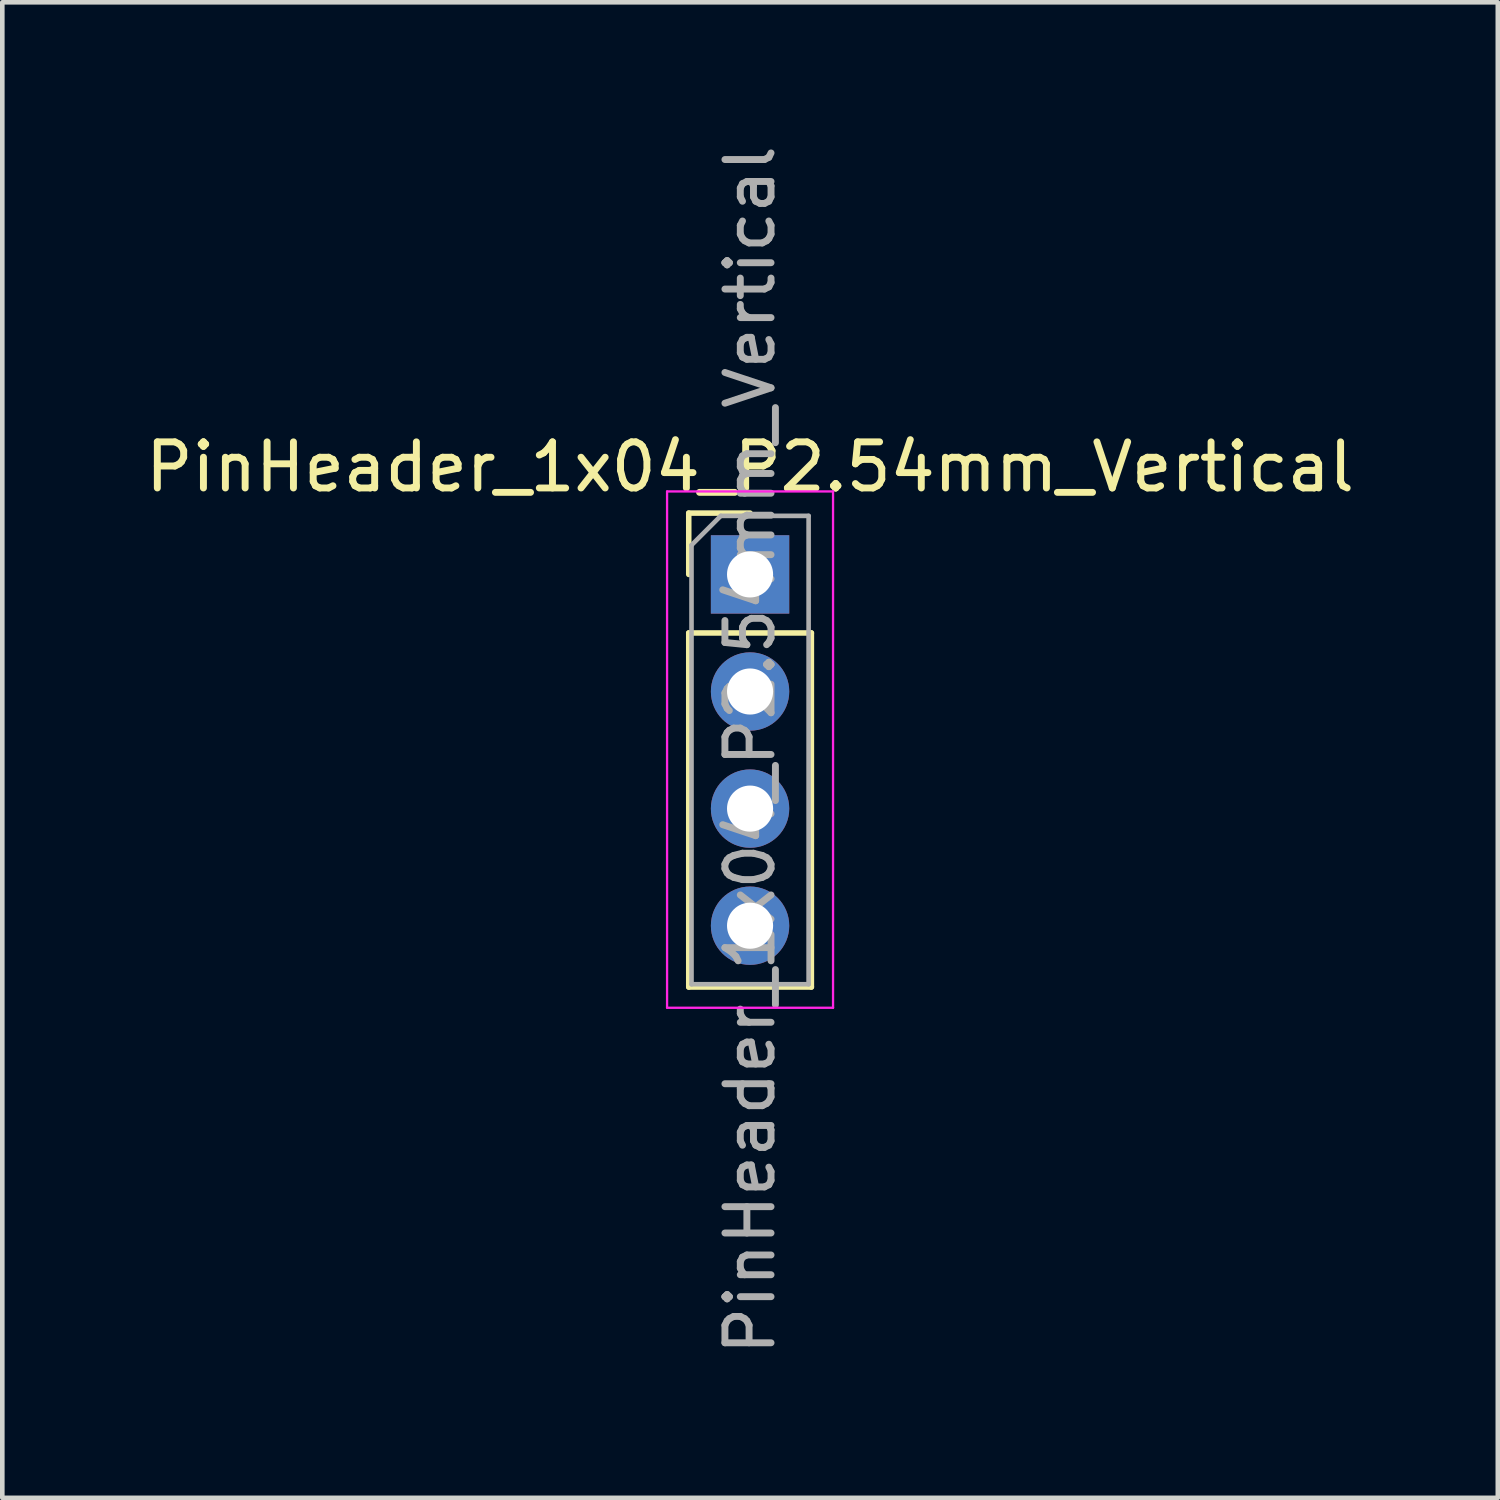
<source format=kicad_pcb>
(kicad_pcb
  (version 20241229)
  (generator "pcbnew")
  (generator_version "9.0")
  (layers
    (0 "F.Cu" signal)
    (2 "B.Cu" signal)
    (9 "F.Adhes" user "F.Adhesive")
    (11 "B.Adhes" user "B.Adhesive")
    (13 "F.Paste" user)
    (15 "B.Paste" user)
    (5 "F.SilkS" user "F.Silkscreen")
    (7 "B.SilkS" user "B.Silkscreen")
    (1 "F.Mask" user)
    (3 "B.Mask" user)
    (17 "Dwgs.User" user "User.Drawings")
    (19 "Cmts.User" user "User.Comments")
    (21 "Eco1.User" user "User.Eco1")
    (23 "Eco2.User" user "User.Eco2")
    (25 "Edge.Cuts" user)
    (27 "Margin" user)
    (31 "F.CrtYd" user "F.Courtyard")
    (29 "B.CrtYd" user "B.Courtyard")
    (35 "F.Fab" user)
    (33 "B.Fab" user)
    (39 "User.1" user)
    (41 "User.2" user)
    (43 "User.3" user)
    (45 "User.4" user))
  (footprint "PinHeader_1x04_P2.54mm_Vertical"
    (layer "F.Cu")
    (at 13.22 9.41)
    (property "Reference" "PinHeader_1x04_P2.54mm_Vertical" (at 0 -2.33 0) (layer "F.SilkS") (effects (font (size 1 1) (thickness 0.15))))
    (attr through_hole)
    (fp_line (start -1.33 -1.33) (end 0 -1.33) (stroke (width 0.12) (type solid)) (layer "F.SilkS"))
    (fp_line (start -1.33 0) (end -1.33 -1.33) (stroke (width 0.12) (type solid)) (layer "F.SilkS"))
    (fp_line (start -1.33 1.27) (end -1.33 8.95) (stroke (width 0.12) (type solid)) (layer "F.SilkS"))
    (fp_line (start -1.33 1.27) (end 1.33 1.27) (stroke (width 0.12) (type solid)) (layer "F.SilkS"))
    (fp_line (start -1.33 8.95) (end 1.33 8.95) (stroke (width 0.12) (type solid)) (layer "F.SilkS"))
    (fp_line (start 1.33 1.27) (end 1.33 8.95) (stroke (width 0.12) (type solid)) (layer "F.SilkS"))
    (fp_line (start -1.8 -1.8) (end -1.8 9.4) (stroke (width 0.05) (type solid)) (layer "F.CrtYd"))
    (fp_line (start -1.8 9.4) (end 1.8 9.4) (stroke (width 0.05) (type solid)) (layer "F.CrtYd"))
    (fp_line (start 1.8 -1.8) (end -1.8 -1.8) (stroke (width 0.05) (type solid)) (layer "F.CrtYd"))
    (fp_line (start 1.8 9.4) (end 1.8 -1.8) (stroke (width 0.05) (type solid)) (layer "F.CrtYd"))
    (fp_line (start -1.27 -0.635) (end -0.635 -1.27) (stroke (width 0.1) (type solid)) (layer "F.Fab"))
    (fp_line (start -1.27 8.89) (end -1.27 -0.635) (stroke (width 0.1) (type solid)) (layer "F.Fab"))
    (fp_line (start -0.635 -1.27) (end 1.27 -1.27) (stroke (width 0.1) (type solid)) (layer "F.Fab"))
    (fp_line (start 1.27 -1.27) (end 1.27 8.89) (stroke (width 0.1) (type solid)) (layer "F.Fab"))
    (fp_line (start 1.27 8.89) (end -1.27 8.89) (stroke (width 0.1) (type solid)) (layer "F.Fab"))
    (fp_text user "${REFERENCE}" (at 0 3.81 270) (layer "F.Fab") (effects (font (size 1 1) (thickness 0.15))))
    (pad "1" thru_hole rect (at 0 0) (size 1.7 1.7) (drill 1) (layers "*.Cu" "*.Mask"))
    (pad "2" thru_hole oval (at 0 2.54) (size 1.7 1.7) (drill 1) (layers "*.Cu" "*.Mask"))
    (pad "3" thru_hole oval (at 0 5.08) (size 1.7 1.7) (drill 1) (layers "*.Cu" "*.Mask"))
    (pad "4" thru_hole oval (at 0 7.62) (size 1.7 1.7) (drill 1) (layers "*.Cu" "*.Mask")))
  (gr_rect
    (start -3 -3)
    (end 29.44 29.44)
    (stroke (width 0.1) (type default))
    (fill no)
    (layer "Edge.Cuts")))
</source>
